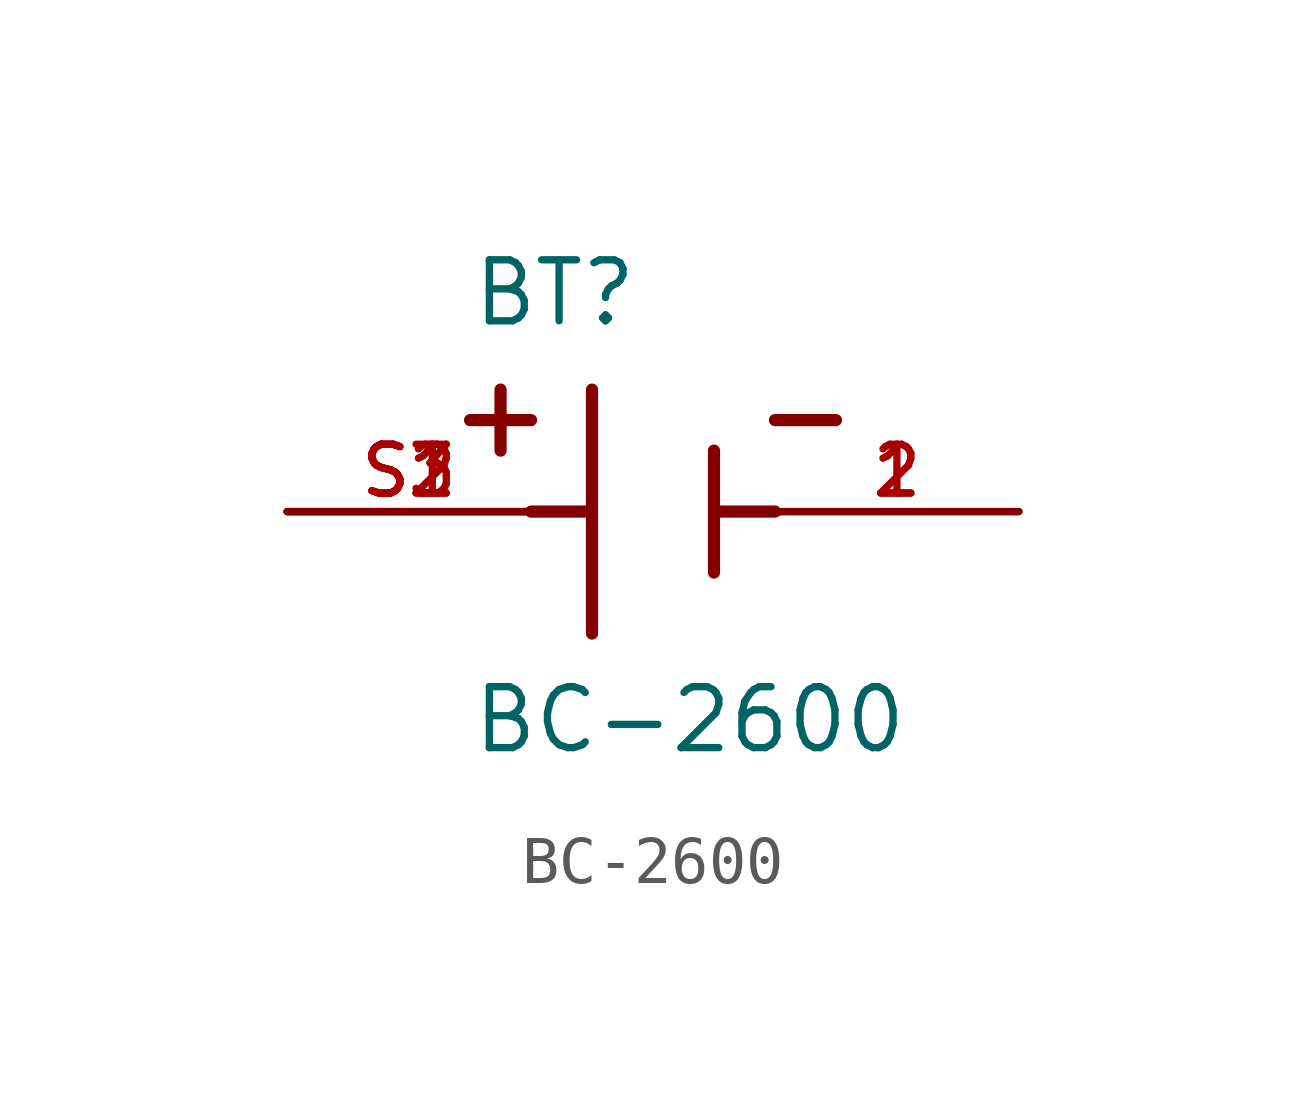
<source format=kicad_sym>
(kicad_symbol_lib
  (version 20241209)
  (generator "kicad_symbol_editor")
  (generator_version "9.0")
  (symbol "BC-2600"
    (pin_names
      (offset 1.016))
    (property "Reference" "BT"
      (at -3.81 3.81 0)
      (effects (font (size 1.27 1.27)) (justify left bottom)))
    (property "Value" "BC-2600"
      (at -3.81 -5.08 0)
      (effects (font (size 1.27 1.27)) (justify left bottom)))
    (symbol "BC-2600_0_0"
      (polyline (pts (xy -3.81 1.905) (xy -2.54 1.905)) (stroke (width 0.254) (type default)) (fill (type none)))
      (polyline (pts (xy -3.175 2.54) (xy -3.175 1.27)) (stroke (width 0.254) (type default)) (fill (type none)))
      (polyline (pts (xy -1.27 2.54) (xy -1.27 -2.54)) (stroke (width 0.254) (type default)) (fill (type none)))
      (polyline (pts (xy -1.27 0) (xy -2.54 0)) (stroke (width 0.254) (type default)) (fill (type none)))
      (polyline (pts (xy 1.27 1.27) (xy 1.27 -1.27)) (stroke (width 0.254) (type default)) (fill (type none)))
      (polyline (pts (xy 1.27 0) (xy 2.54 0)) (stroke (width 0.254) (type default)) (fill (type none)))
      (polyline (pts (xy 2.54 1.905) (xy 3.81 1.905)) (stroke (width 0.254) (type default)) (fill (type none)))
      (pin passive line (at -7.62 0 0) (length 5.08) (name "~" (effects (font (size 1.016 1.016)))) (number "S1" (effects (font (size 1.016 1.016)))))
      (pin passive line (at -7.62 0 0) (length 5.08) (name "~" (effects (font (size 1.016 1.016)))) (number "S2" (effects (font (size 1.016 1.016)))))
      (pin passive line (at -7.62 0 0) (length 5.08) (name "~" (effects (font (size 1.016 1.016)))) (number "S3" (effects (font (size 1.016 1.016)))))
      (pin passive line (at 7.62 0 180) (length 5.08) (name "~" (effects (font (size 1.016 1.016)))) (number "1" (effects (font (size 1.016 1.016)))))
      (pin passive line (at 7.62 0 180) (length 5.08) (name "~" (effects (font (size 1.016 1.016)))) (number "2" (effects (font (size 1.016 1.016))))))))
</source>
